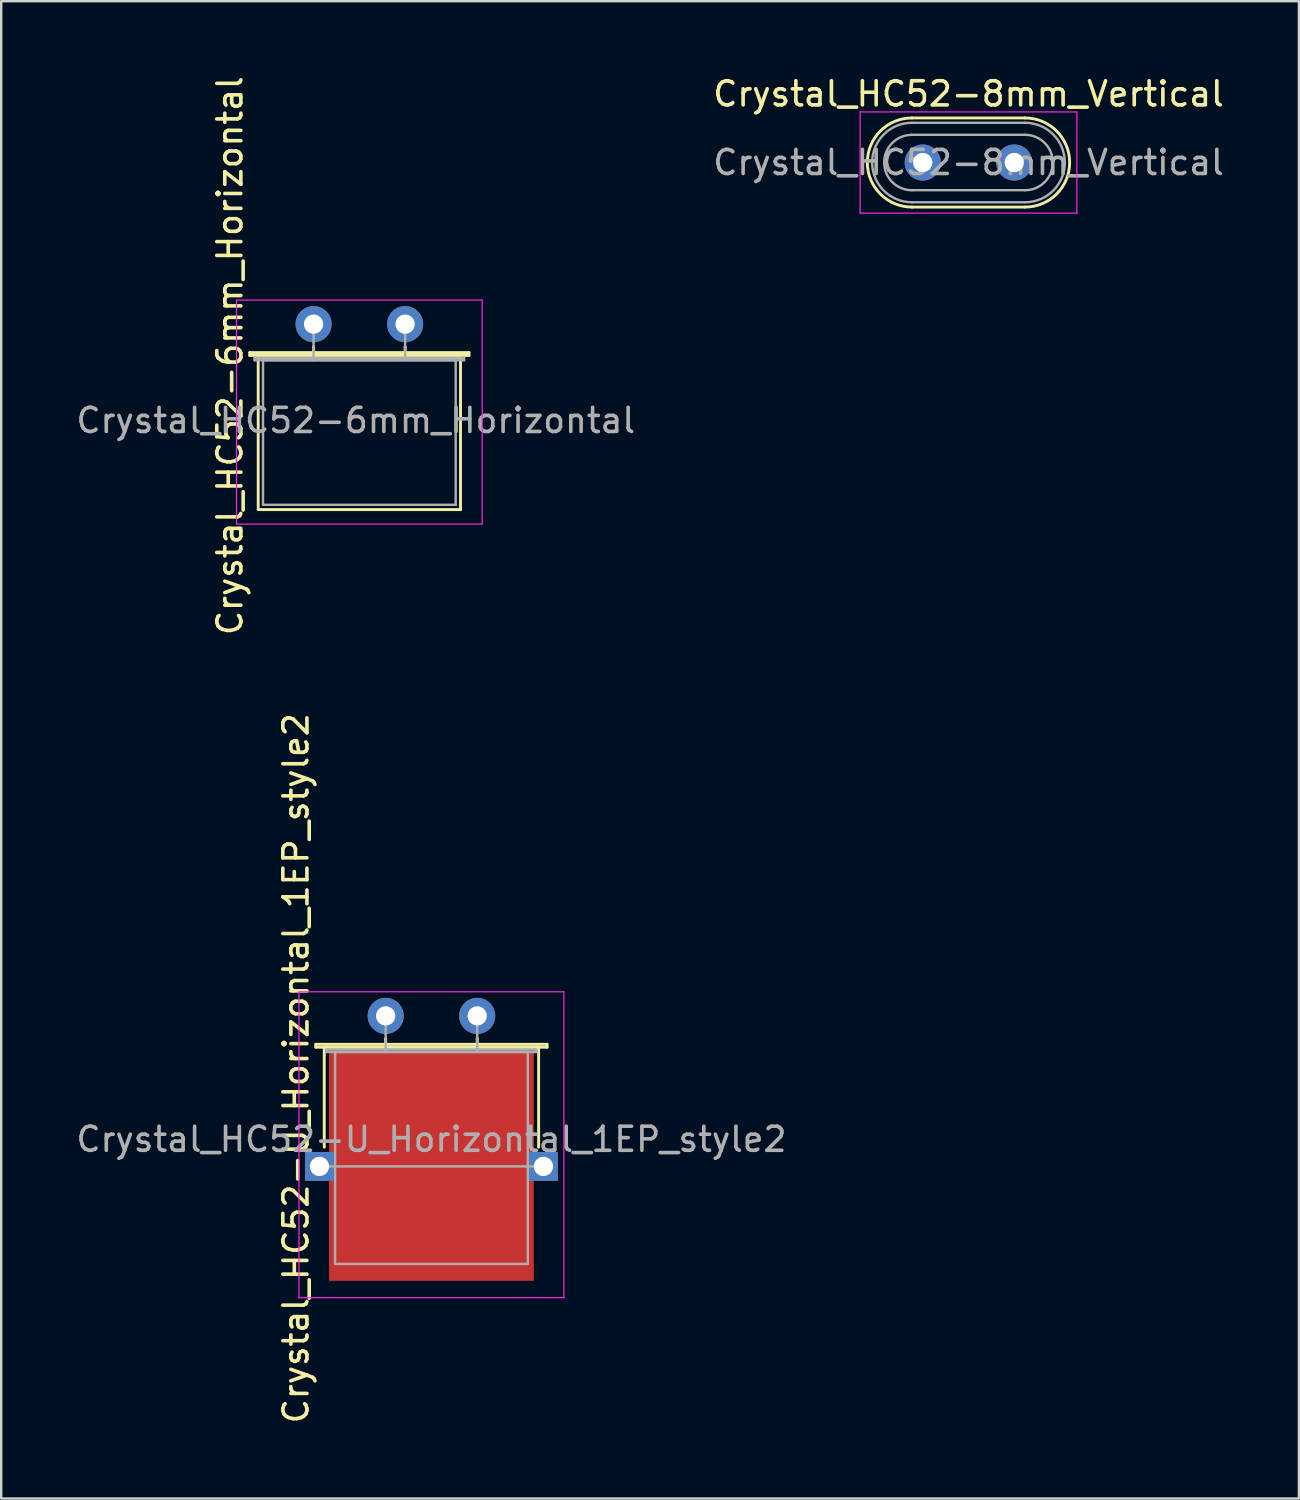
<source format=kicad_pcb>
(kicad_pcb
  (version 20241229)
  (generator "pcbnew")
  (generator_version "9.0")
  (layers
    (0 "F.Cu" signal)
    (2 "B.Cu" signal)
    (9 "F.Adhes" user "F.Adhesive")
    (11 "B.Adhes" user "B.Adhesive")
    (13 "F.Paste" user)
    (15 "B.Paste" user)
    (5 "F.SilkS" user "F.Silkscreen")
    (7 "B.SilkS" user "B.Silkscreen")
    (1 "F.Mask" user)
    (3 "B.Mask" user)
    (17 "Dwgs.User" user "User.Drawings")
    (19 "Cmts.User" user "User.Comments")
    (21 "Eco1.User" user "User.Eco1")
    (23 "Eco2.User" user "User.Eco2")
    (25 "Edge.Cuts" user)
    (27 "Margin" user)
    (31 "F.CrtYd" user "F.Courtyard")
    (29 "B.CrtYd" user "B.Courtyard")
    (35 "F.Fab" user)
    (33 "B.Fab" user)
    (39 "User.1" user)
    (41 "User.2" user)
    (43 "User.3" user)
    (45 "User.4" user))
  (footprint "Crystal_HC52-8mm_Vertical"
    (layer "F.Cu")
    (at 35.261 3.698)
    (property "Reference" "Crystal_HC52-8mm_Vertical" (at 1.9 -2.85 0) (layer "F.SilkS") (effects (font (size 1 1) (thickness 0.15))))
    (attr through_hole)
    (fp_line (start -0.45 -1.85) (end 4.25 -1.85) (stroke (width 0.12) (type solid)) (layer "F.SilkS"))
    (fp_line (start -0.45 1.85) (end 4.25 1.85) (stroke (width 0.12) (type solid)) (layer "F.SilkS"))
    (fp_arc (start -0.45 1.85) (mid -2.3 0) (end -0.45 -1.85) (stroke (width 0.12) (type solid)) (layer "F.SilkS"))
    (fp_arc (start 4.25 -1.85) (mid 6.1 0) (end 4.25 1.85) (stroke (width 0.12) (type solid)) (layer "F.SilkS"))
    (fp_line (start -2.6 -2.1) (end -2.6 2.1) (stroke (width 0.05) (type solid)) (layer "F.CrtYd"))
    (fp_line (start -2.6 2.1) (end 6.4 2.1) (stroke (width 0.05) (type solid)) (layer "F.CrtYd"))
    (fp_line (start 6.4 -2.1) (end -2.6 -2.1) (stroke (width 0.05) (type solid)) (layer "F.CrtYd"))
    (fp_line (start 6.4 2.1) (end 6.4 -2.1) (stroke (width 0.05) (type solid)) (layer "F.CrtYd"))
    (fp_line (start -0.45 -1.65) (end 4.25 -1.65) (stroke (width 0.1) (type solid)) (layer "F.Fab"))
    (fp_line (start -0.45 -1.15) (end 4.25 -1.15) (stroke (width 0.1) (type solid)) (layer "F.Fab"))
    (fp_line (start -0.45 1.15) (end 4.25 1.15) (stroke (width 0.1) (type solid)) (layer "F.Fab"))
    (fp_line (start -0.45 1.65) (end 4.25 1.65) (stroke (width 0.1) (type solid)) (layer "F.Fab"))
    (fp_arc (start -0.45 1.15) (mid -1.6 0) (end -0.45 -1.15) (stroke (width 0.1) (type solid)) (layer "F.Fab"))
    (fp_arc (start -0.45 1.65) (mid -2.1 0) (end -0.45 -1.65) (stroke (width 0.1) (type solid)) (layer "F.Fab"))
    (fp_arc (start 4.25 -1.65) (mid 5.9 0) (end 4.25 1.65) (stroke (width 0.1) (type solid)) (layer "F.Fab"))
    (fp_arc (start 4.25 -1.15) (mid 5.4 0) (end 4.25 1.15) (stroke (width 0.1) (type solid)) (layer "F.Fab"))
    (fp_text user "${REFERENCE}" (at 1.9 0 0) (layer "F.Fab") (effects (font (size 1 1) (thickness 0.15))))
    (pad "1" thru_hole circle (at 0 0) (size 1.5 1.5) (drill 0.8) (layers "*.Cu" "*.Mask"))
    (pad "2" thru_hole circle (at 3.8 0) (size 1.5 1.5) (drill 0.8) (layers "*.Cu" "*.Mask")))
  (footprint "Crystal_HC52-U_Horizontal_1EP_style2"
    (layer "F.Cu")
    (at 12.963 39.129)
    (property "Reference" "Crystal_HC52-U_Horizontal_1EP_style2" (at -3.725 2.175 90) (layer "F.SilkS") (effects (font (size 1 1) (thickness 0.15))))
    (attr through_hole)
    (fp_line (start -2.9 1.18) (end 6.7 1.18) (stroke (width 0.12) (type solid)) (layer "F.SilkS"))
    (fp_line (start -2.9 1.3) (end -2.9 1.18) (stroke (width 0.12) (type solid)) (layer "F.SilkS"))
    (fp_line (start -2.55 1.3) (end 6.35 1.3) (stroke (width 0.12) (type solid)) (layer "F.SilkS"))
    (fp_line (start -2.55 5.45) (end -2.55 1.3) (stroke (width 0.12) (type solid)) (layer "F.SilkS"))
    (fp_line (start 0 0.95) (end 0 0.95) (stroke (width 0.12) (type solid)) (layer "F.SilkS"))
    (fp_line (start 0 1.3) (end 0 0.95) (stroke (width 0.12) (type solid)) (layer "F.SilkS"))
    (fp_line (start 3.8 0.95) (end 3.8 0.95) (stroke (width 0.12) (type solid)) (layer "F.SilkS"))
    (fp_line (start 3.8 1.3) (end 3.8 0.95) (stroke (width 0.12) (type solid)) (layer "F.SilkS"))
    (fp_line (start 6.35 1.3) (end 6.35 5.45) (stroke (width 0.12) (type solid)) (layer "F.SilkS"))
    (fp_line (start 6.7 1.18) (end 6.7 1.3) (stroke (width 0.12) (type solid)) (layer "F.SilkS"))
    (fp_line (start 6.7 1.3) (end -2.9 1.3) (stroke (width 0.12) (type solid)) (layer "F.SilkS"))
    (fp_line (start -3.6 -1) (end -3.6 11.7) (stroke (width 0.05) (type solid)) (layer "F.CrtYd"))
    (fp_line (start -3.6 11.7) (end 7.4 11.7) (stroke (width 0.05) (type solid)) (layer "F.CrtYd"))
    (fp_line (start 7.4 -1) (end -3.6 -1) (stroke (width 0.05) (type solid)) (layer "F.CrtYd"))
    (fp_line (start 7.4 11.7) (end 7.4 -1) (stroke (width 0.05) (type solid)) (layer "F.CrtYd"))
    (fp_line (start -2.75 6.25) (end 6.55 6.25) (stroke (width 0.1) (type solid)) (layer "F.Fab"))
    (fp_line (start -2.45 1.4) (end 6.25 1.4) (stroke (width 0.1) (type solid)) (layer "F.Fab"))
    (fp_line (start -2.45 1.5) (end -2.45 1.4) (stroke (width 0.1) (type solid)) (layer "F.Fab"))
    (fp_line (start -2.1 1.5) (end -2.1 10.3) (stroke (width 0.1) (type solid)) (layer "F.Fab"))
    (fp_line (start -2.1 10.3) (end 5.9 10.3) (stroke (width 0.1) (type solid)) (layer "F.Fab"))
    (fp_line (start 0 0.75) (end 0 0) (stroke (width 0.1) (type solid)) (layer "F.Fab"))
    (fp_line (start 0 1.5) (end 0 0.75) (stroke (width 0.1) (type solid)) (layer "F.Fab"))
    (fp_line (start 3.8 0.75) (end 3.8 0) (stroke (width 0.1) (type solid)) (layer "F.Fab"))
    (fp_line (start 3.8 1.5) (end 3.8 0.75) (stroke (width 0.1) (type solid)) (layer "F.Fab"))
    (fp_line (start 5.9 1.5) (end -2.1 1.5) (stroke (width 0.1) (type solid)) (layer "F.Fab"))
    (fp_line (start 5.9 10.3) (end 5.9 1.5) (stroke (width 0.1) (type solid)) (layer "F.Fab"))
    (fp_line (start 6.25 1.4) (end 6.25 1.5) (stroke (width 0.1) (type solid)) (layer "F.Fab"))
    (fp_line (start 6.25 1.5) (end -2.45 1.5) (stroke (width 0.1) (type solid)) (layer "F.Fab"))
    (fp_text user "${REFERENCE}" (at 1.9 5.125 0) (layer "F.Fab") (effects (font (size 1 1) (thickness 0.15))))
    (pad "1" thru_hole circle (at 0 0) (size 1.5 1.5) (drill 0.8) (layers "*.Cu" "*.Mask"))
    (pad "2" thru_hole circle (at 3.8 0) (size 1.5 1.5) (drill 0.8) (layers "*.Cu" "*.Mask"))
    (pad "3" thru_hole rect (at -2.75 6.25) (size 1.2 1.2) (drill 0.8) (layers "*.Cu" "*.Mask"))
    (pad "3" smd rect (at 1.9 6.25) (size 8.5 9.5) (layers "F.Cu" "F.Mask" "F.Paste"))
    (pad "3" thru_hole rect (at 6.55 6.25) (size 1.2 1.2) (drill 0.8) (layers "*.Cu" "*.Mask")))
  (footprint "Crystal_HC52-6mm_Horizontal"
    (layer "F.Cu")
    (at 9.97 10.408)
    (property "Reference" "Crystal_HC52-6mm_Horizontal" (at -3.475 1.312 90) (layer "F.SilkS") (effects (font (size 1 1) (thickness 0.15))))
    (attr through_hole)
    (fp_line (start -2.65 1.18) (end 6.45 1.18) (stroke (width 0.12) (type solid)) (layer "F.SilkS"))
    (fp_line (start -2.65 1.3) (end -2.65 1.18) (stroke (width 0.12) (type solid)) (layer "F.SilkS"))
    (fp_line (start -2.3 1.3) (end -2.3 7.7) (stroke (width 0.12) (type solid)) (layer "F.SilkS"))
    (fp_line (start -2.3 7.7) (end 6.1 7.7) (stroke (width 0.12) (type solid)) (layer "F.SilkS"))
    (fp_line (start 0 0.95) (end 0 0.95) (stroke (width 0.12) (type solid)) (layer "F.SilkS"))
    (fp_line (start 0 1.3) (end 0 0.95) (stroke (width 0.12) (type solid)) (layer "F.SilkS"))
    (fp_line (start 3.8 0.95) (end 3.8 0.95) (stroke (width 0.12) (type solid)) (layer "F.SilkS"))
    (fp_line (start 3.8 1.3) (end 3.8 0.95) (stroke (width 0.12) (type solid)) (layer "F.SilkS"))
    (fp_line (start 6.1 1.3) (end -2.3 1.3) (stroke (width 0.12) (type solid)) (layer "F.SilkS"))
    (fp_line (start 6.1 7.7) (end 6.1 1.3) (stroke (width 0.12) (type solid)) (layer "F.SilkS"))
    (fp_line (start 6.45 1.18) (end 6.45 1.3) (stroke (width 0.12) (type solid)) (layer "F.SilkS"))
    (fp_line (start 6.45 1.3) (end -2.65 1.3) (stroke (width 0.12) (type solid)) (layer "F.SilkS"))
    (fp_line (start -3.2 -1) (end -3.2 8.3) (stroke (width 0.05) (type solid)) (layer "F.CrtYd"))
    (fp_line (start -3.2 8.3) (end 7 8.3) (stroke (width 0.05) (type solid)) (layer "F.CrtYd"))
    (fp_line (start 7 -1) (end -3.2 -1) (stroke (width 0.05) (type solid)) (layer "F.CrtYd"))
    (fp_line (start 7 8.3) (end 7 -1) (stroke (width 0.05) (type solid)) (layer "F.CrtYd"))
    (fp_line (start -2.45 1.4) (end 6.25 1.4) (stroke (width 0.1) (type solid)) (layer "F.Fab"))
    (fp_line (start -2.45 1.5) (end -2.45 1.4) (stroke (width 0.1) (type solid)) (layer "F.Fab"))
    (fp_line (start -2.1 1.5) (end -2.1 7.5) (stroke (width 0.1) (type solid)) (layer "F.Fab"))
    (fp_line (start -2.1 7.5) (end 5.9 7.5) (stroke (width 0.1) (type solid)) (layer "F.Fab"))
    (fp_line (start 0 0.75) (end 0 0) (stroke (width 0.1) (type solid)) (layer "F.Fab"))
    (fp_line (start 0 1.5) (end 0 0.75) (stroke (width 0.1) (type solid)) (layer "F.Fab"))
    (fp_line (start 3.8 0.75) (end 3.8 0) (stroke (width 0.1) (type solid)) (layer "F.Fab"))
    (fp_line (start 3.8 1.5) (end 3.8 0.75) (stroke (width 0.1) (type solid)) (layer "F.Fab"))
    (fp_line (start 5.9 1.5) (end -2.1 1.5) (stroke (width 0.1) (type solid)) (layer "F.Fab"))
    (fp_line (start 5.9 7.5) (end 5.9 1.5) (stroke (width 0.1) (type solid)) (layer "F.Fab"))
    (fp_line (start 6.25 1.4) (end 6.25 1.5) (stroke (width 0.1) (type solid)) (layer "F.Fab"))
    (fp_line (start 6.25 1.5) (end -2.45 1.5) (stroke (width 0.1) (type solid)) (layer "F.Fab"))
    (fp_text user "${REFERENCE}" (at 1.75 4 0) (layer "F.Fab") (effects (font (size 1 1) (thickness 0.15))))
    (pad "1" thru_hole circle (at 0 0) (size 1.5 1.5) (drill 0.8) (layers "*.Cu" "*.Mask"))
    (pad "2" thru_hole circle (at 3.8 0) (size 1.5 1.5) (drill 0.8) (layers "*.Cu" "*.Mask")))
  (gr_rect
    (start -3 -3)
    (end 50.881 59.167)
    (stroke (width 0.1) (type default))
    (fill no)
    (layer "Edge.Cuts")))
</source>
